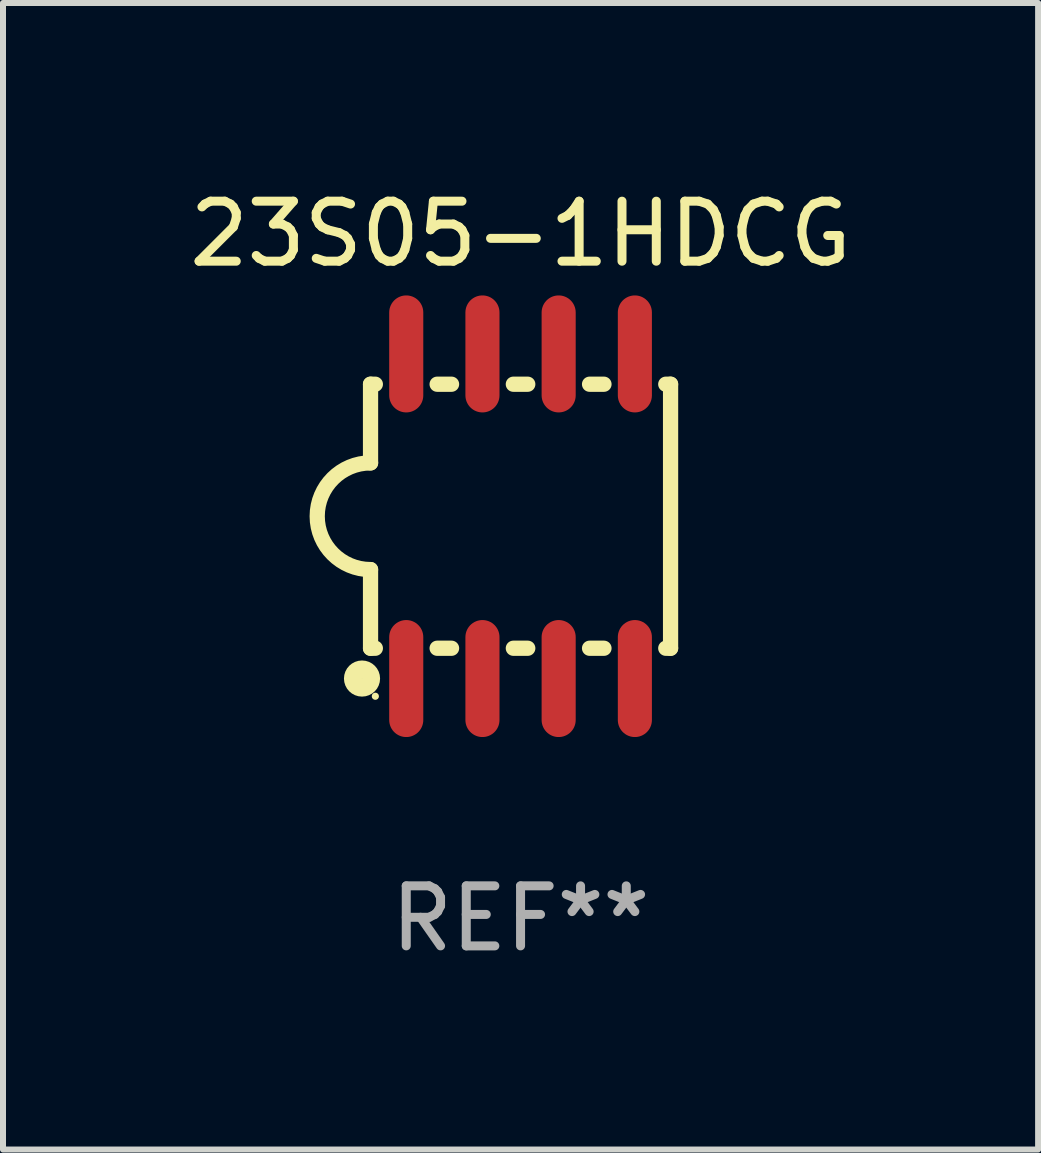
<source format=kicad_pcb>
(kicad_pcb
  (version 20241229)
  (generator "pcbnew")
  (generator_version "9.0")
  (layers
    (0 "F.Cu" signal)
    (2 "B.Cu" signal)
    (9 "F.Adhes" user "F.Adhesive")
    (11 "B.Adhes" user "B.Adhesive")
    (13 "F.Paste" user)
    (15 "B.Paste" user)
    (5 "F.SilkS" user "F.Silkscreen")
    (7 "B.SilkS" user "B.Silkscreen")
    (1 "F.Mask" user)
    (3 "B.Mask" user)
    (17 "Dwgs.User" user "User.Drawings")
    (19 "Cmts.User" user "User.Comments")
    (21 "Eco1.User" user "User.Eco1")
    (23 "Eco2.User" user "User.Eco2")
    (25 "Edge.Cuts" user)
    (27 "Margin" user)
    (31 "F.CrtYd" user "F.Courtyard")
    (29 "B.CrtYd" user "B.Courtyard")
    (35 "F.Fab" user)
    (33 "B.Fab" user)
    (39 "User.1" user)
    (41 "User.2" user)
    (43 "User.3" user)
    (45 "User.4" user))
  (footprint "23S05-1HDCG"
    (layer "F.Cu")
    (at 5.625 5.553)
    (property "Reference" "23S05-1HDCG" (at 0 -4.705 0) (layer "F.SilkS") (effects (font (size 1 1) (thickness 0.15))))
    (attr through_hole)
    (fp_line (start -2.5 -2.2) (end -2.5 -0.889) (stroke (width 0.254) (type solid)) (layer "F.SilkS"))
    (fp_line (start -2.5 2.2) (end -2.5 0.889) (stroke (width 0.254) (type solid)) (layer "F.SilkS"))
    (fp_line (start -2.42 -2.2) (end -2.5 -2.2) (stroke (width 0.254) (type solid)) (layer "F.SilkS"))
    (fp_line (start -2.42 2.2) (end -2.5 2.2) (stroke (width 0.254) (type solid)) (layer "F.SilkS"))
    (fp_line (start -1.15 -2.2) (end -1.39 -2.2) (stroke (width 0.254) (type solid)) (layer "F.SilkS"))
    (fp_line (start -1.15 2.2) (end -1.39 2.2) (stroke (width 0.254) (type solid)) (layer "F.SilkS"))
    (fp_line (start 0.12 -2.2) (end -0.12 -2.2) (stroke (width 0.254) (type solid)) (layer "F.SilkS"))
    (fp_line (start 0.12 2.2) (end -0.12 2.2) (stroke (width 0.254) (type solid)) (layer "F.SilkS"))
    (fp_line (start 1.39 -2.2) (end 1.15 -2.2) (stroke (width 0.254) (type solid)) (layer "F.SilkS"))
    (fp_line (start 1.39 2.2) (end 1.15 2.2) (stroke (width 0.254) (type solid)) (layer "F.SilkS"))
    (fp_line (start 2.5 -2.2) (end 2.42 -2.2) (stroke (width 0.254) (type solid)) (layer "F.SilkS"))
    (fp_line (start 2.5 -2.2) (end 2.5 2.2) (stroke (width 0.254) (type solid)) (layer "F.SilkS"))
    (fp_line (start 2.5 2.2) (end 2.42 2.2) (stroke (width 0.254) (type solid)) (layer "F.SilkS"))
    (fp_arc (start -2.5 0.889002) (mid -3.388367 -0.000318) (end -2.499365 -0.889002) (stroke (width 0.254001) (type solid)) (layer "F.SilkS"))
    (fp_circle (center -2.642 2.705) (end -2.491 2.705) (stroke (width 0.3) (type solid)) (fill no) (layer "F.SilkS"))
    (fp_circle (center -2.42 3) (end -2.39 3) (stroke (width 0.06) (type solid)) (fill no) (layer "F.SilkS"))
    (fp_text user "REF**" (at 0 6.705 0) (layer "F.Fab") (effects (font (size 1 1) (thickness 0.15))))
    (pad "1" smd oval (at -1.905 2.705) (size 0.568 1.95) (layers "F.Cu" "F.Mask" "F.Paste"))
    (pad "2" smd oval (at -0.635 2.705) (size 0.568 1.95) (layers "F.Cu" "F.Mask" "F.Paste"))
    (pad "3" smd oval (at 0.635 2.705) (size 0.568 1.95) (layers "F.Cu" "F.Mask" "F.Paste"))
    (pad "4" smd oval (at 1.905 2.705) (size 0.568 1.95) (layers "F.Cu" "F.Mask" "F.Paste"))
    (pad "5" smd oval (at 1.905 -2.705) (size 0.568 1.95) (layers "F.Cu" "F.Mask" "F.Paste"))
    (pad "6" smd oval (at 0.635 -2.705) (size 0.568 1.95) (layers "F.Cu" "F.Mask" "F.Paste"))
    (pad "7" smd oval (at -0.635 -2.705) (size 0.568 1.95) (layers "F.Cu" "F.Mask" "F.Paste"))
    (pad "8" smd oval (at -1.905 -2.705) (size 0.568 1.95) (layers "F.Cu" "F.Mask" "F.Paste")))
  (gr_rect
    (start -3 -3)
    (end 14.25 16.107)
    (stroke (width 0.1) (type default))
    (fill no)
    (layer "Edge.Cuts")))
</source>
